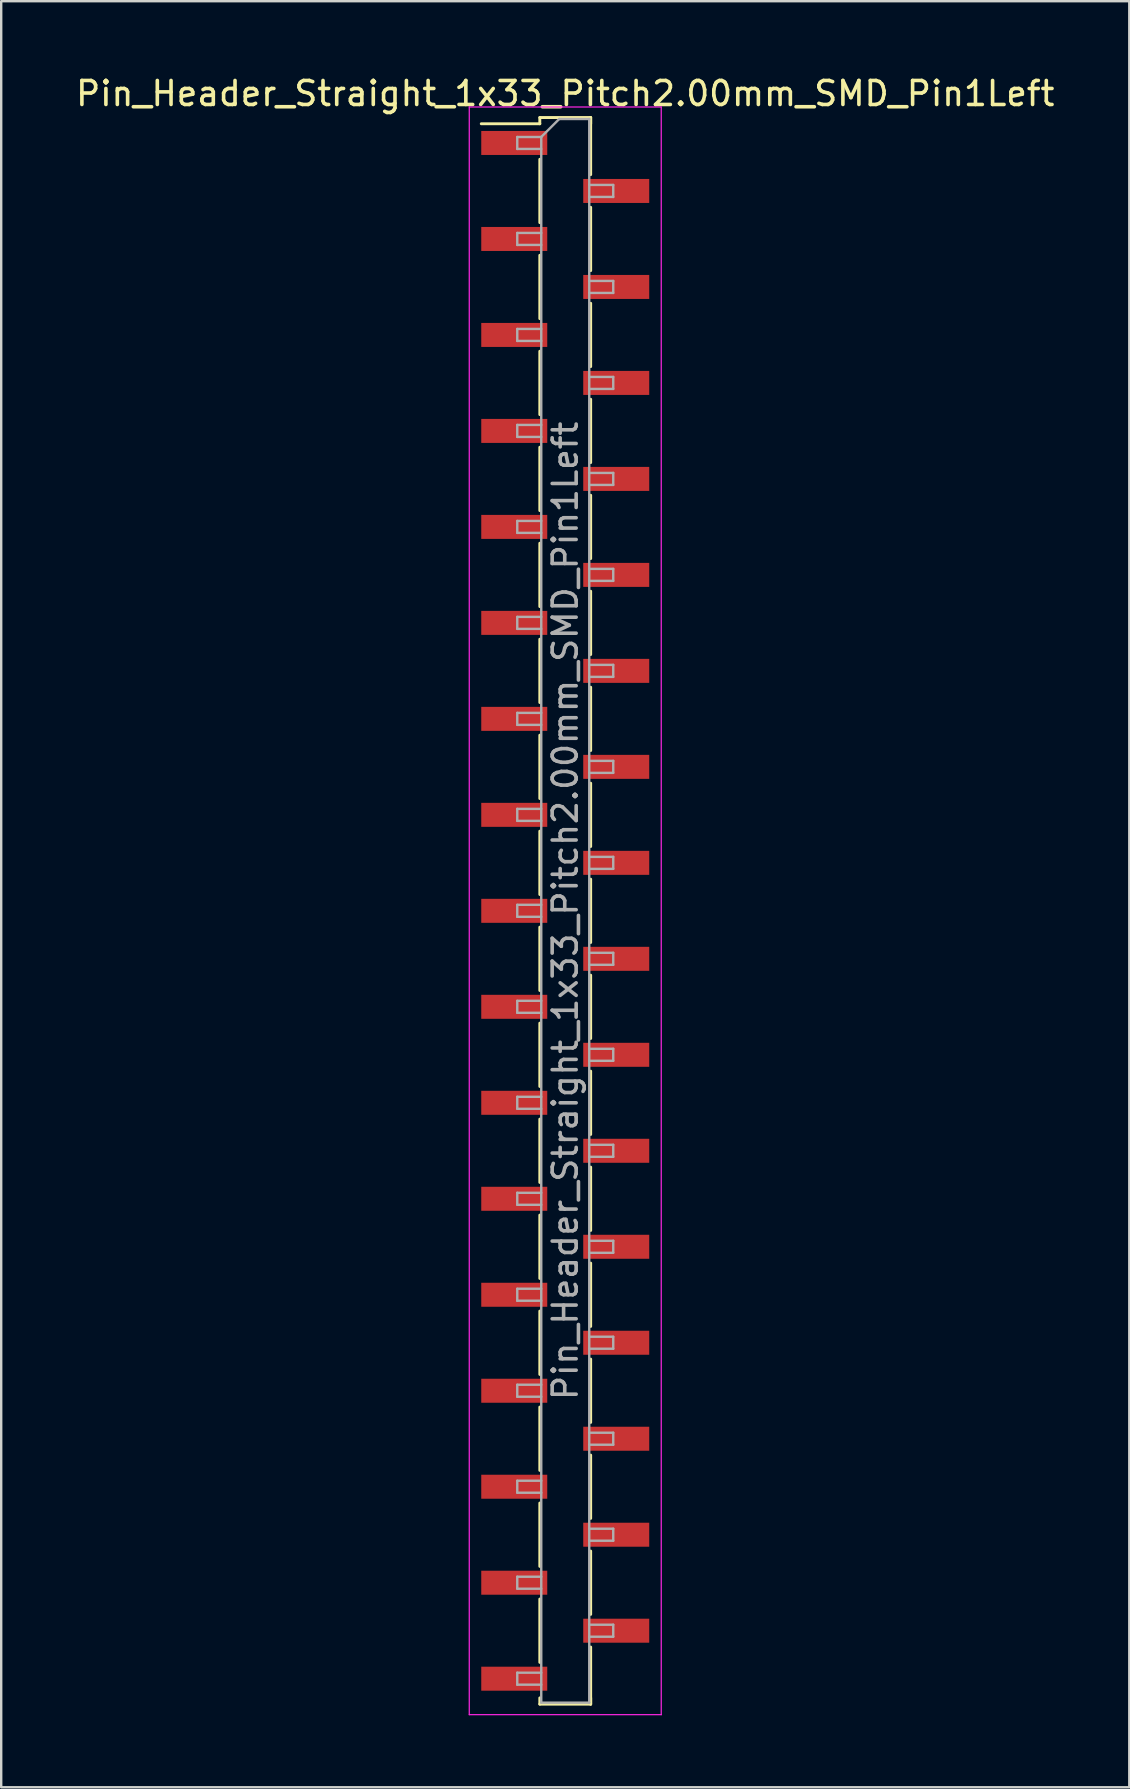
<source format=kicad_pcb>
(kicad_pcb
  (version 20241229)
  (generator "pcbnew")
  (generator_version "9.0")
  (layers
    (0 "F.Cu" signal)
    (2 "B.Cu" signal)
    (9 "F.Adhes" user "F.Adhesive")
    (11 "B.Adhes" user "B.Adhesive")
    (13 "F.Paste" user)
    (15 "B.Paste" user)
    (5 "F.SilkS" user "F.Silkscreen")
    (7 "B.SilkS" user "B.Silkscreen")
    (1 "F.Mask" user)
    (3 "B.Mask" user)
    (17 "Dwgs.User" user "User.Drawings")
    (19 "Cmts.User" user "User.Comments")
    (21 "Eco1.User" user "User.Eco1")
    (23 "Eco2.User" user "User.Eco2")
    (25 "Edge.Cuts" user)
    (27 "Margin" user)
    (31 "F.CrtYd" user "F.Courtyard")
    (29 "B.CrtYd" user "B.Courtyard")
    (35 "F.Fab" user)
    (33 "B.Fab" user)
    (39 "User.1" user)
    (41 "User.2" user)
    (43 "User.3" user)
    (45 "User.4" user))
  (footprint "Pin_Header_Straight_1x33_Pitch2.00mm_SMD_Pin1Left"
    (layer "F.Cu")
    (at 20.506 34.908)
    (property "Reference" "Pin_Header_Straight_1x33_Pitch2.00mm_SMD_Pin1Left" (at 0 -34.06 0) (layer "F.SilkS") (effects (font (size 1 1) (thickness 0.15))))
    (attr smd)
    (fp_line (start -1.06 -33.06) (end 1.06 -33.06) (stroke (width 0.12) (type solid)) (layer "F.SilkS"))
    (fp_line (start -1.06 -32.8) (end -3.5 -32.8) (stroke (width 0.12) (type solid)) (layer "F.SilkS"))
    (fp_line (start -1.06 -32.8) (end -1.06 -33.06) (stroke (width 0.12) (type solid)) (layer "F.SilkS"))
    (fp_line (start -1.06 -31.32) (end -1.06 -28.68) (stroke (width 0.12) (type solid)) (layer "F.SilkS"))
    (fp_line (start -1.06 -27.32) (end -1.06 -24.68) (stroke (width 0.12) (type solid)) (layer "F.SilkS"))
    (fp_line (start -1.06 -23.32) (end -1.06 -20.68) (stroke (width 0.12) (type solid)) (layer "F.SilkS"))
    (fp_line (start -1.06 -19.32) (end -1.06 -16.68) (stroke (width 0.12) (type solid)) (layer "F.SilkS"))
    (fp_line (start -1.06 -15.32) (end -1.06 -12.68) (stroke (width 0.12) (type solid)) (layer "F.SilkS"))
    (fp_line (start -1.06 -11.32) (end -1.06 -8.68) (stroke (width 0.12) (type solid)) (layer "F.SilkS"))
    (fp_line (start -1.06 -7.32) (end -1.06 -4.68) (stroke (width 0.12) (type solid)) (layer "F.SilkS"))
    (fp_line (start -1.06 -3.32) (end -1.06 -0.68) (stroke (width 0.12) (type solid)) (layer "F.SilkS"))
    (fp_line (start -1.06 0.68) (end -1.06 3.32) (stroke (width 0.12) (type solid)) (layer "F.SilkS"))
    (fp_line (start -1.06 4.68) (end -1.06 7.32) (stroke (width 0.12) (type solid)) (layer "F.SilkS"))
    (fp_line (start -1.06 8.68) (end -1.06 11.32) (stroke (width 0.12) (type solid)) (layer "F.SilkS"))
    (fp_line (start -1.06 12.68) (end -1.06 15.32) (stroke (width 0.12) (type solid)) (layer "F.SilkS"))
    (fp_line (start -1.06 16.68) (end -1.06 19.32) (stroke (width 0.12) (type solid)) (layer "F.SilkS"))
    (fp_line (start -1.06 20.68) (end -1.06 23.32) (stroke (width 0.12) (type solid)) (layer "F.SilkS"))
    (fp_line (start -1.06 24.68) (end -1.06 27.32) (stroke (width 0.12) (type solid)) (layer "F.SilkS"))
    (fp_line (start -1.06 28.68) (end -1.06 31.32) (stroke (width 0.12) (type solid)) (layer "F.SilkS"))
    (fp_line (start -1.06 32.8) (end -1.06 33.06) (stroke (width 0.12) (type solid)) (layer "F.SilkS"))
    (fp_line (start -1.06 33.06) (end 1.06 33.06) (stroke (width 0.12) (type solid)) (layer "F.SilkS"))
    (fp_line (start 1.06 -33.06) (end 1.06 -32.8) (stroke (width 0.12) (type solid)) (layer "F.SilkS"))
    (fp_line (start 1.06 -33.06) (end 1.06 -30.68) (stroke (width 0.12) (type solid)) (layer "F.SilkS"))
    (fp_line (start 1.06 -29.32) (end 1.06 -26.68) (stroke (width 0.12) (type solid)) (layer "F.SilkS"))
    (fp_line (start 1.06 -25.32) (end 1.06 -22.68) (stroke (width 0.12) (type solid)) (layer "F.SilkS"))
    (fp_line (start 1.06 -21.32) (end 1.06 -18.68) (stroke (width 0.12) (type solid)) (layer "F.SilkS"))
    (fp_line (start 1.06 -17.32) (end 1.06 -14.68) (stroke (width 0.12) (type solid)) (layer "F.SilkS"))
    (fp_line (start 1.06 -13.32) (end 1.06 -10.68) (stroke (width 0.12) (type solid)) (layer "F.SilkS"))
    (fp_line (start 1.06 -9.32) (end 1.06 -6.68) (stroke (width 0.12) (type solid)) (layer "F.SilkS"))
    (fp_line (start 1.06 -5.32) (end 1.06 -2.68) (stroke (width 0.12) (type solid)) (layer "F.SilkS"))
    (fp_line (start 1.06 -1.32) (end 1.06 1.32) (stroke (width 0.12) (type solid)) (layer "F.SilkS"))
    (fp_line (start 1.06 2.68) (end 1.06 5.32) (stroke (width 0.12) (type solid)) (layer "F.SilkS"))
    (fp_line (start 1.06 6.68) (end 1.06 9.32) (stroke (width 0.12) (type solid)) (layer "F.SilkS"))
    (fp_line (start 1.06 10.68) (end 1.06 13.32) (stroke (width 0.12) (type solid)) (layer "F.SilkS"))
    (fp_line (start 1.06 14.68) (end 1.06 17.32) (stroke (width 0.12) (type solid)) (layer "F.SilkS"))
    (fp_line (start 1.06 18.68) (end 1.06 21.32) (stroke (width 0.12) (type solid)) (layer "F.SilkS"))
    (fp_line (start 1.06 22.68) (end 1.06 25.32) (stroke (width 0.12) (type solid)) (layer "F.SilkS"))
    (fp_line (start 1.06 26.68) (end 1.06 29.32) (stroke (width 0.12) (type solid)) (layer "F.SilkS"))
    (fp_line (start 1.06 30.68) (end 1.06 33.06) (stroke (width 0.12) (type solid)) (layer "F.SilkS"))
    (fp_line (start 1.06 33.06) (end 1.06 32.8) (stroke (width 0.12) (type solid)) (layer "F.SilkS"))
    (fp_line (start -4 -33.5) (end -4 33.5) (stroke (width 0.05) (type solid)) (layer "F.CrtYd"))
    (fp_line (start -4 33.5) (end 4 33.5) (stroke (width 0.05) (type solid)) (layer "F.CrtYd"))
    (fp_line (start 4 -33.5) (end -4 -33.5) (stroke (width 0.05) (type solid)) (layer "F.CrtYd"))
    (fp_line (start 4 33.5) (end 4 -33.5) (stroke (width 0.05) (type solid)) (layer "F.CrtYd"))
    (fp_line (start -2 -32.25) (end -2 -31.75) (stroke (width 0.1) (type solid)) (layer "F.Fab"))
    (fp_line (start -2 -31.75) (end -1 -31.75) (stroke (width 0.1) (type solid)) (layer "F.Fab"))
    (fp_line (start -2 -28.25) (end -2 -27.75) (stroke (width 0.1) (type solid)) (layer "F.Fab"))
    (fp_line (start -2 -27.75) (end -1 -27.75) (stroke (width 0.1) (type solid)) (layer "F.Fab"))
    (fp_line (start -2 -24.25) (end -2 -23.75) (stroke (width 0.1) (type solid)) (layer "F.Fab"))
    (fp_line (start -2 -23.75) (end -1 -23.75) (stroke (width 0.1) (type solid)) (layer "F.Fab"))
    (fp_line (start -2 -20.25) (end -2 -19.75) (stroke (width 0.1) (type solid)) (layer "F.Fab"))
    (fp_line (start -2 -19.75) (end -1 -19.75) (stroke (width 0.1) (type solid)) (layer "F.Fab"))
    (fp_line (start -2 -16.25) (end -2 -15.75) (stroke (width 0.1) (type solid)) (layer "F.Fab"))
    (fp_line (start -2 -15.75) (end -1 -15.75) (stroke (width 0.1) (type solid)) (layer "F.Fab"))
    (fp_line (start -2 -12.25) (end -2 -11.75) (stroke (width 0.1) (type solid)) (layer "F.Fab"))
    (fp_line (start -2 -11.75) (end -1 -11.75) (stroke (width 0.1) (type solid)) (layer "F.Fab"))
    (fp_line (start -2 -8.25) (end -2 -7.75) (stroke (width 0.1) (type solid)) (layer "F.Fab"))
    (fp_line (start -2 -7.75) (end -1 -7.75) (stroke (width 0.1) (type solid)) (layer "F.Fab"))
    (fp_line (start -2 -4.25) (end -2 -3.75) (stroke (width 0.1) (type solid)) (layer "F.Fab"))
    (fp_line (start -2 -3.75) (end -1 -3.75) (stroke (width 0.1) (type solid)) (layer "F.Fab"))
    (fp_line (start -2 -0.25) (end -2 0.25) (stroke (width 0.1) (type solid)) (layer "F.Fab"))
    (fp_line (start -2 0.25) (end -1 0.25) (stroke (width 0.1) (type solid)) (layer "F.Fab"))
    (fp_line (start -2 3.75) (end -2 4.25) (stroke (width 0.1) (type solid)) (layer "F.Fab"))
    (fp_line (start -2 4.25) (end -1 4.25) (stroke (width 0.1) (type solid)) (layer "F.Fab"))
    (fp_line (start -2 7.75) (end -2 8.25) (stroke (width 0.1) (type solid)) (layer "F.Fab"))
    (fp_line (start -2 8.25) (end -1 8.25) (stroke (width 0.1) (type solid)) (layer "F.Fab"))
    (fp_line (start -2 11.75) (end -2 12.25) (stroke (width 0.1) (type solid)) (layer "F.Fab"))
    (fp_line (start -2 12.25) (end -1 12.25) (stroke (width 0.1) (type solid)) (layer "F.Fab"))
    (fp_line (start -2 15.75) (end -2 16.25) (stroke (width 0.1) (type solid)) (layer "F.Fab"))
    (fp_line (start -2 16.25) (end -1 16.25) (stroke (width 0.1) (type solid)) (layer "F.Fab"))
    (fp_line (start -2 19.75) (end -2 20.25) (stroke (width 0.1) (type solid)) (layer "F.Fab"))
    (fp_line (start -2 20.25) (end -1 20.25) (stroke (width 0.1) (type solid)) (layer "F.Fab"))
    (fp_line (start -2 23.75) (end -2 24.25) (stroke (width 0.1) (type solid)) (layer "F.Fab"))
    (fp_line (start -2 24.25) (end -1 24.25) (stroke (width 0.1) (type solid)) (layer "F.Fab"))
    (fp_line (start -2 27.75) (end -2 28.25) (stroke (width 0.1) (type solid)) (layer "F.Fab"))
    (fp_line (start -2 28.25) (end -1 28.25) (stroke (width 0.1) (type solid)) (layer "F.Fab"))
    (fp_line (start -2 31.75) (end -2 32.25) (stroke (width 0.1) (type solid)) (layer "F.Fab"))
    (fp_line (start -2 32.25) (end -1 32.25) (stroke (width 0.1) (type solid)) (layer "F.Fab"))
    (fp_line (start -1 -32.25) (end -2 -32.25) (stroke (width 0.1) (type solid)) (layer "F.Fab"))
    (fp_line (start -1 -32.25) (end -0.25 -33) (stroke (width 0.1) (type solid)) (layer "F.Fab"))
    (fp_line (start -1 -28.25) (end -2 -28.25) (stroke (width 0.1) (type solid)) (layer "F.Fab"))
    (fp_line (start -1 -24.25) (end -2 -24.25) (stroke (width 0.1) (type solid)) (layer "F.Fab"))
    (fp_line (start -1 -20.25) (end -2 -20.25) (stroke (width 0.1) (type solid)) (layer "F.Fab"))
    (fp_line (start -1 -16.25) (end -2 -16.25) (stroke (width 0.1) (type solid)) (layer "F.Fab"))
    (fp_line (start -1 -12.25) (end -2 -12.25) (stroke (width 0.1) (type solid)) (layer "F.Fab"))
    (fp_line (start -1 -8.25) (end -2 -8.25) (stroke (width 0.1) (type solid)) (layer "F.Fab"))
    (fp_line (start -1 -4.25) (end -2 -4.25) (stroke (width 0.1) (type solid)) (layer "F.Fab"))
    (fp_line (start -1 -0.25) (end -2 -0.25) (stroke (width 0.1) (type solid)) (layer "F.Fab"))
    (fp_line (start -1 3.75) (end -2 3.75) (stroke (width 0.1) (type solid)) (layer "F.Fab"))
    (fp_line (start -1 7.75) (end -2 7.75) (stroke (width 0.1) (type solid)) (layer "F.Fab"))
    (fp_line (start -1 11.75) (end -2 11.75) (stroke (width 0.1) (type solid)) (layer "F.Fab"))
    (fp_line (start -1 15.75) (end -2 15.75) (stroke (width 0.1) (type solid)) (layer "F.Fab"))
    (fp_line (start -1 19.75) (end -2 19.75) (stroke (width 0.1) (type solid)) (layer "F.Fab"))
    (fp_line (start -1 23.75) (end -2 23.75) (stroke (width 0.1) (type solid)) (layer "F.Fab"))
    (fp_line (start -1 27.75) (end -2 27.75) (stroke (width 0.1) (type solid)) (layer "F.Fab"))
    (fp_line (start -1 31.75) (end -2 31.75) (stroke (width 0.1) (type solid)) (layer "F.Fab"))
    (fp_line (start -1 33) (end -1 -32.25) (stroke (width 0.1) (type solid)) (layer "F.Fab"))
    (fp_line (start -0.25 -33) (end 1 -33) (stroke (width 0.1) (type solid)) (layer "F.Fab"))
    (fp_line (start 1 -33) (end 1 33) (stroke (width 0.1) (type solid)) (layer "F.Fab"))
    (fp_line (start 1 -30.25) (end 2 -30.25) (stroke (width 0.1) (type solid)) (layer "F.Fab"))
    (fp_line (start 1 -26.25) (end 2 -26.25) (stroke (width 0.1) (type solid)) (layer "F.Fab"))
    (fp_line (start 1 -22.25) (end 2 -22.25) (stroke (width 0.1) (type solid)) (layer "F.Fab"))
    (fp_line (start 1 -18.25) (end 2 -18.25) (stroke (width 0.1) (type solid)) (layer "F.Fab"))
    (fp_line (start 1 -14.25) (end 2 -14.25) (stroke (width 0.1) (type solid)) (layer "F.Fab"))
    (fp_line (start 1 -10.25) (end 2 -10.25) (stroke (width 0.1) (type solid)) (layer "F.Fab"))
    (fp_line (start 1 -6.25) (end 2 -6.25) (stroke (width 0.1) (type solid)) (layer "F.Fab"))
    (fp_line (start 1 -2.25) (end 2 -2.25) (stroke (width 0.1) (type solid)) (layer "F.Fab"))
    (fp_line (start 1 1.75) (end 2 1.75) (stroke (width 0.1) (type solid)) (layer "F.Fab"))
    (fp_line (start 1 5.75) (end 2 5.75) (stroke (width 0.1) (type solid)) (layer "F.Fab"))
    (fp_line (start 1 9.75) (end 2 9.75) (stroke (width 0.1) (type solid)) (layer "F.Fab"))
    (fp_line (start 1 13.75) (end 2 13.75) (stroke (width 0.1) (type solid)) (layer "F.Fab"))
    (fp_line (start 1 17.75) (end 2 17.75) (stroke (width 0.1) (type solid)) (layer "F.Fab"))
    (fp_line (start 1 21.75) (end 2 21.75) (stroke (width 0.1) (type solid)) (layer "F.Fab"))
    (fp_line (start 1 25.75) (end 2 25.75) (stroke (width 0.1) (type solid)) (layer "F.Fab"))
    (fp_line (start 1 29.75) (end 2 29.75) (stroke (width 0.1) (type solid)) (layer "F.Fab"))
    (fp_line (start 1 33) (end -1 33) (stroke (width 0.1) (type solid)) (layer "F.Fab"))
    (fp_line (start 2 -30.25) (end 2 -29.75) (stroke (width 0.1) (type solid)) (layer "F.Fab"))
    (fp_line (start 2 -29.75) (end 1 -29.75) (stroke (width 0.1) (type solid)) (layer "F.Fab"))
    (fp_line (start 2 -26.25) (end 2 -25.75) (stroke (width 0.1) (type solid)) (layer "F.Fab"))
    (fp_line (start 2 -25.75) (end 1 -25.75) (stroke (width 0.1) (type solid)) (layer "F.Fab"))
    (fp_line (start 2 -22.25) (end 2 -21.75) (stroke (width 0.1) (type solid)) (layer "F.Fab"))
    (fp_line (start 2 -21.75) (end 1 -21.75) (stroke (width 0.1) (type solid)) (layer "F.Fab"))
    (fp_line (start 2 -18.25) (end 2 -17.75) (stroke (width 0.1) (type solid)) (layer "F.Fab"))
    (fp_line (start 2 -17.75) (end 1 -17.75) (stroke (width 0.1) (type solid)) (layer "F.Fab"))
    (fp_line (start 2 -14.25) (end 2 -13.75) (stroke (width 0.1) (type solid)) (layer "F.Fab"))
    (fp_line (start 2 -13.75) (end 1 -13.75) (stroke (width 0.1) (type solid)) (layer "F.Fab"))
    (fp_line (start 2 -10.25) (end 2 -9.75) (stroke (width 0.1) (type solid)) (layer "F.Fab"))
    (fp_line (start 2 -9.75) (end 1 -9.75) (stroke (width 0.1) (type solid)) (layer "F.Fab"))
    (fp_line (start 2 -6.25) (end 2 -5.75) (stroke (width 0.1) (type solid)) (layer "F.Fab"))
    (fp_line (start 2 -5.75) (end 1 -5.75) (stroke (width 0.1) (type solid)) (layer "F.Fab"))
    (fp_line (start 2 -2.25) (end 2 -1.75) (stroke (width 0.1) (type solid)) (layer "F.Fab"))
    (fp_line (start 2 -1.75) (end 1 -1.75) (stroke (width 0.1) (type solid)) (layer "F.Fab"))
    (fp_line (start 2 1.75) (end 2 2.25) (stroke (width 0.1) (type solid)) (layer "F.Fab"))
    (fp_line (start 2 2.25) (end 1 2.25) (stroke (width 0.1) (type solid)) (layer "F.Fab"))
    (fp_line (start 2 5.75) (end 2 6.25) (stroke (width 0.1) (type solid)) (layer "F.Fab"))
    (fp_line (start 2 6.25) (end 1 6.25) (stroke (width 0.1) (type solid)) (layer "F.Fab"))
    (fp_line (start 2 9.75) (end 2 10.25) (stroke (width 0.1) (type solid)) (layer "F.Fab"))
    (fp_line (start 2 10.25) (end 1 10.25) (stroke (width 0.1) (type solid)) (layer "F.Fab"))
    (fp_line (start 2 13.75) (end 2 14.25) (stroke (width 0.1) (type solid)) (layer "F.Fab"))
    (fp_line (start 2 14.25) (end 1 14.25) (stroke (width 0.1) (type solid)) (layer "F.Fab"))
    (fp_line (start 2 17.75) (end 2 18.25) (stroke (width 0.1) (type solid)) (layer "F.Fab"))
    (fp_line (start 2 18.25) (end 1 18.25) (stroke (width 0.1) (type solid)) (layer "F.Fab"))
    (fp_line (start 2 21.75) (end 2 22.25) (stroke (width 0.1) (type solid)) (layer "F.Fab"))
    (fp_line (start 2 22.25) (end 1 22.25) (stroke (width 0.1) (type solid)) (layer "F.Fab"))
    (fp_line (start 2 25.75) (end 2 26.25) (stroke (width 0.1) (type solid)) (layer "F.Fab"))
    (fp_line (start 2 26.25) (end 1 26.25) (stroke (width 0.1) (type solid)) (layer "F.Fab"))
    (fp_line (start 2 29.75) (end 2 30.25) (stroke (width 0.1) (type solid)) (layer "F.Fab"))
    (fp_line (start 2 30.25) (end 1 30.25) (stroke (width 0.1) (type solid)) (layer "F.Fab"))
    (fp_text user "${REFERENCE}" (at 0 0 90) (layer "F.Fab") (effects (font (size 1 1) (thickness 0.15))))
    (pad "1" smd rect (at -2.125 -32) (size 2.75 1) (layers "F.Cu" "F.Mask" "F.Paste"))
    (pad "2" smd rect (at 2.125 -30) (size 2.75 1) (layers "F.Cu" "F.Mask" "F.Paste"))
    (pad "3" smd rect (at -2.125 -28) (size 2.75 1) (layers "F.Cu" "F.Mask" "F.Paste"))
    (pad "4" smd rect (at 2.125 -26) (size 2.75 1) (layers "F.Cu" "F.Mask" "F.Paste"))
    (pad "5" smd rect (at -2.125 -24) (size 2.75 1) (layers "F.Cu" "F.Mask" "F.Paste"))
    (pad "6" smd rect (at 2.125 -22) (size 2.75 1) (layers "F.Cu" "F.Mask" "F.Paste"))
    (pad "7" smd rect (at -2.125 -20) (size 2.75 1) (layers "F.Cu" "F.Mask" "F.Paste"))
    (pad "8" smd rect (at 2.125 -18) (size 2.75 1) (layers "F.Cu" "F.Mask" "F.Paste"))
    (pad "9" smd rect (at -2.125 -16) (size 2.75 1) (layers "F.Cu" "F.Mask" "F.Paste"))
    (pad "10" smd rect (at 2.125 -14) (size 2.75 1) (layers "F.Cu" "F.Mask" "F.Paste"))
    (pad "11" smd rect (at -2.125 -12) (size 2.75 1) (layers "F.Cu" "F.Mask" "F.Paste"))
    (pad "12" smd rect (at 2.125 -10) (size 2.75 1) (layers "F.Cu" "F.Mask" "F.Paste"))
    (pad "13" smd rect (at -2.125 -8) (size 2.75 1) (layers "F.Cu" "F.Mask" "F.Paste"))
    (pad "14" smd rect (at 2.125 -6) (size 2.75 1) (layers "F.Cu" "F.Mask" "F.Paste"))
    (pad "15" smd rect (at -2.125 -4) (size 2.75 1) (layers "F.Cu" "F.Mask" "F.Paste"))
    (pad "16" smd rect (at 2.125 -2) (size 2.75 1) (layers "F.Cu" "F.Mask" "F.Paste"))
    (pad "17" smd rect (at -2.125 0) (size 2.75 1) (layers "F.Cu" "F.Mask" "F.Paste"))
    (pad "18" smd rect (at 2.125 2) (size 2.75 1) (layers "F.Cu" "F.Mask" "F.Paste"))
    (pad "19" smd rect (at -2.125 4) (size 2.75 1) (layers "F.Cu" "F.Mask" "F.Paste"))
    (pad "20" smd rect (at 2.125 6) (size 2.75 1) (layers "F.Cu" "F.Mask" "F.Paste"))
    (pad "21" smd rect (at -2.125 8) (size 2.75 1) (layers "F.Cu" "F.Mask" "F.Paste"))
    (pad "22" smd rect (at 2.125 10) (size 2.75 1) (layers "F.Cu" "F.Mask" "F.Paste"))
    (pad "23" smd rect (at -2.125 12) (size 2.75 1) (layers "F.Cu" "F.Mask" "F.Paste"))
    (pad "24" smd rect (at 2.125 14) (size 2.75 1) (layers "F.Cu" "F.Mask" "F.Paste"))
    (pad "25" smd rect (at -2.125 16) (size 2.75 1) (layers "F.Cu" "F.Mask" "F.Paste"))
    (pad "26" smd rect (at 2.125 18) (size 2.75 1) (layers "F.Cu" "F.Mask" "F.Paste"))
    (pad "27" smd rect (at -2.125 20) (size 2.75 1) (layers "F.Cu" "F.Mask" "F.Paste"))
    (pad "28" smd rect (at 2.125 22) (size 2.75 1) (layers "F.Cu" "F.Mask" "F.Paste"))
    (pad "29" smd rect (at -2.125 24) (size 2.75 1) (layers "F.Cu" "F.Mask" "F.Paste"))
    (pad "30" smd rect (at 2.125 26) (size 2.75 1) (layers "F.Cu" "F.Mask" "F.Paste"))
    (pad "31" smd rect (at -2.125 28) (size 2.75 1) (layers "F.Cu" "F.Mask" "F.Paste"))
    (pad "32" smd rect (at 2.125 30) (size 2.75 1) (layers "F.Cu" "F.Mask" "F.Paste"))
    (pad "33" smd rect (at -2.125 32) (size 2.75 1) (layers "F.Cu" "F.Mask" "F.Paste")))
  (gr_rect
    (start -3 -3)
    (end 44.012 71.433)
    (stroke (width 0.1) (type default))
    (fill no)
    (layer "Edge.Cuts")))
</source>
